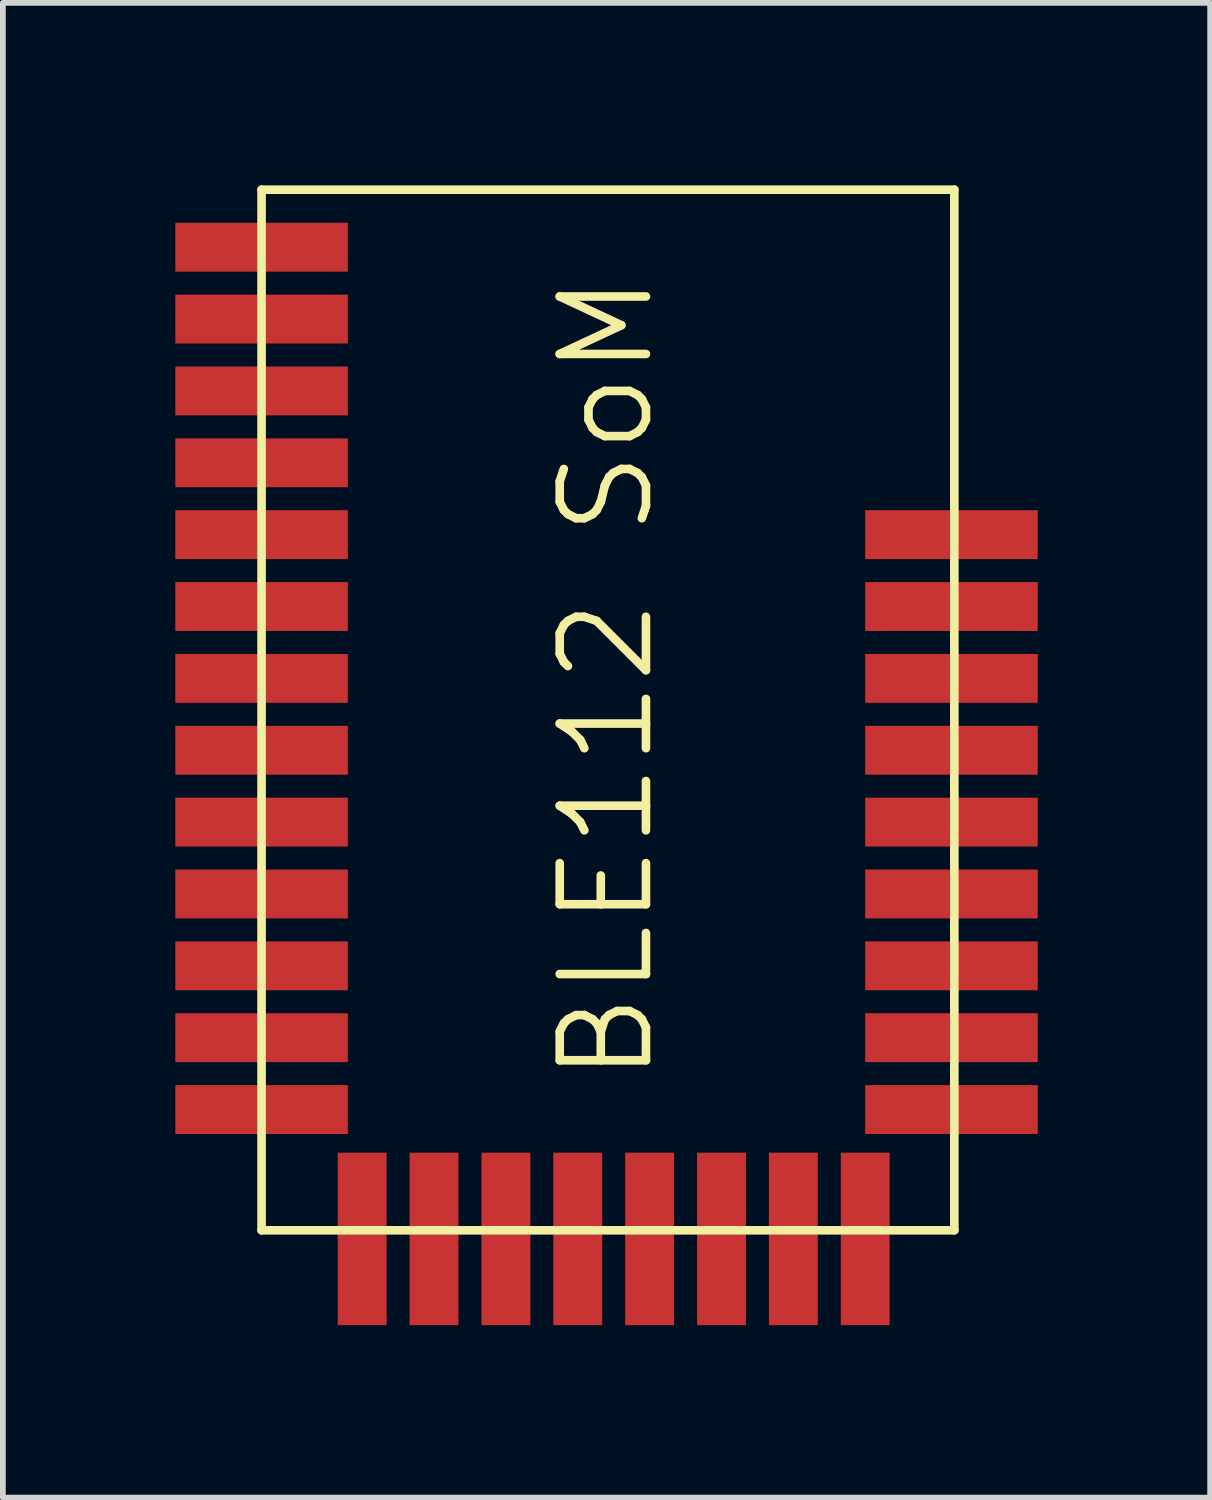
<source format=kicad_pcb>
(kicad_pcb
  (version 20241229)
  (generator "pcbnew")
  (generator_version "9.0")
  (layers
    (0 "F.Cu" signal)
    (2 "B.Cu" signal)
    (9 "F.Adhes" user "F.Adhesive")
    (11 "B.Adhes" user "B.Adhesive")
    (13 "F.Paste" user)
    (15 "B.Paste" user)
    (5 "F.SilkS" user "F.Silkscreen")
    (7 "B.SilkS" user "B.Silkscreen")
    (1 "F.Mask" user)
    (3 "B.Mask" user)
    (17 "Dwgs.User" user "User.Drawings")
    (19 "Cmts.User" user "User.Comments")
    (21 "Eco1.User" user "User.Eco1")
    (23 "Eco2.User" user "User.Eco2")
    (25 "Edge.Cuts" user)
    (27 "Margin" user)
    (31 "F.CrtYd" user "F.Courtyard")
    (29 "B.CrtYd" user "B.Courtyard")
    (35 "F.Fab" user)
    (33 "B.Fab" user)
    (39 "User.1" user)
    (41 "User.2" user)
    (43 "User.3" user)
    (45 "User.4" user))
  (footprint "BLE112 SoM"
    (layer "F.Cu")
    (at 1.5 0.25)
    (property "Reference" "BLE112 SoM" (at 6 8.5 90) (layer "F.SilkS") (effects (font (size 1.5 1.5) (thickness 0.15))))
    (attr through_hole)
    (fp_line (start 0 0) (end 0 18.1) (stroke (width 0.15) (type solid)) (layer "F.SilkS"))
    (fp_line (start 0 18.1) (end 12.05 18.1) (stroke (width 0.15) (type solid)) (layer "F.SilkS"))
    (fp_line (start 12.05 0) (end 0 0) (stroke (width 0.15) (type solid)) (layer "F.SilkS"))
    (fp_line (start 12.05 18.1) (end 12.05 0) (stroke (width 0.15) (type solid)) (layer "F.SilkS"))
    (pad "1" smd rect (at 0 1 90) (size 0.85 3) (layers "F.Cu" "F.Mask" "F.Paste"))
    (pad "2" smd rect (at 0 2.25 90) (size 0.85 3) (layers "F.Cu" "F.Mask" "F.Paste"))
    (pad "3" smd rect (at 0 3.5 90) (size 0.85 3) (layers "F.Cu" "F.Mask" "F.Paste"))
    (pad "4" smd rect (at 0 4.75 90) (size 0.85 3) (layers "F.Cu" "F.Mask" "F.Paste"))
    (pad "5" smd rect (at 0 6 90) (size 0.85 3) (layers "F.Cu" "F.Mask" "F.Paste"))
    (pad "6" smd rect (at 0 7.25 90) (size 0.85 3) (layers "F.Cu" "F.Mask" "F.Paste"))
    (pad "7" smd rect (at 0 8.5 90) (size 0.85 3) (layers "F.Cu" "F.Mask" "F.Paste"))
    (pad "8" smd rect (at 0 9.75 90) (size 0.85 3) (layers "F.Cu" "F.Mask" "F.Paste"))
    (pad "9" smd rect (at 0 11 90) (size 0.85 3) (layers "F.Cu" "F.Mask" "F.Paste"))
    (pad "10" smd rect (at 0 12.25 90) (size 0.85 3) (layers "F.Cu" "F.Mask" "F.Paste"))
    (pad "11" smd rect (at 0 13.5 90) (size 0.85 3) (layers "F.Cu" "F.Mask" "F.Paste"))
    (pad "12" smd rect (at 0 14.75 90) (size 0.85 3) (layers "F.Cu" "F.Mask" "F.Paste"))
    (pad "13" smd rect (at 0 16 90) (size 0.85 3) (layers "F.Cu" "F.Mask" "F.Paste"))
    (pad "14" smd rect (at 1.75 18.25) (size 0.85 3) (layers "F.Cu" "F.Mask" "F.Paste"))
    (pad "15" smd rect (at 3 18.25) (size 0.85 3) (layers "F.Cu" "F.Mask" "F.Paste"))
    (pad "16" smd rect (at 4.25 18.25) (size 0.85 3) (layers "F.Cu" "F.Mask" "F.Paste"))
    (pad "17" smd rect (at 5.5 18.25) (size 0.85 3) (layers "F.Cu" "F.Mask" "F.Paste"))
    (pad "18" smd rect (at 6.75 18.25) (size 0.85 3) (layers "F.Cu" "F.Mask" "F.Paste"))
    (pad "19" smd rect (at 8 18.25) (size 0.85 3) (layers "F.Cu" "F.Mask" "F.Paste"))
    (pad "20" smd rect (at 9.25 18.25) (size 0.85 3) (layers "F.Cu" "F.Mask" "F.Paste"))
    (pad "21" smd rect (at 10.5 18.25) (size 0.85 3) (layers "F.Cu" "F.Mask" "F.Paste"))
    (pad "22" smd rect (at 12 16 90) (size 0.85 3) (layers "F.Cu" "F.Mask" "F.Paste"))
    (pad "23" smd rect (at 12 14.75 90) (size 0.85 3) (layers "F.Cu" "F.Mask" "F.Paste"))
    (pad "24" smd rect (at 12 13.5 90) (size 0.85 3) (layers "F.Cu" "F.Mask" "F.Paste"))
    (pad "25" smd rect (at 12 12.25 90) (size 0.85 3) (layers "F.Cu" "F.Mask" "F.Paste"))
    (pad "26" smd rect (at 12 11 90) (size 0.85 3) (layers "F.Cu" "F.Mask" "F.Paste"))
    (pad "27" smd rect (at 12 9.75 90) (size 0.85 3) (layers "F.Cu" "F.Mask" "F.Paste"))
    (pad "28" smd rect (at 12 8.5 90) (size 0.85 3) (layers "F.Cu" "F.Mask" "F.Paste"))
    (pad "29" smd rect (at 12 7.25 90) (size 0.85 3) (layers "F.Cu" "F.Mask" "F.Paste"))
    (pad "30" smd rect (at 12 6 90) (size 0.85 3) (layers "F.Cu" "F.Mask" "F.Paste")))
  (gr_rect
    (start -3 -3)
    (end 18 23)
    (stroke (width 0.1) (type default))
    (fill no)
    (layer "Edge.Cuts")))
</source>
